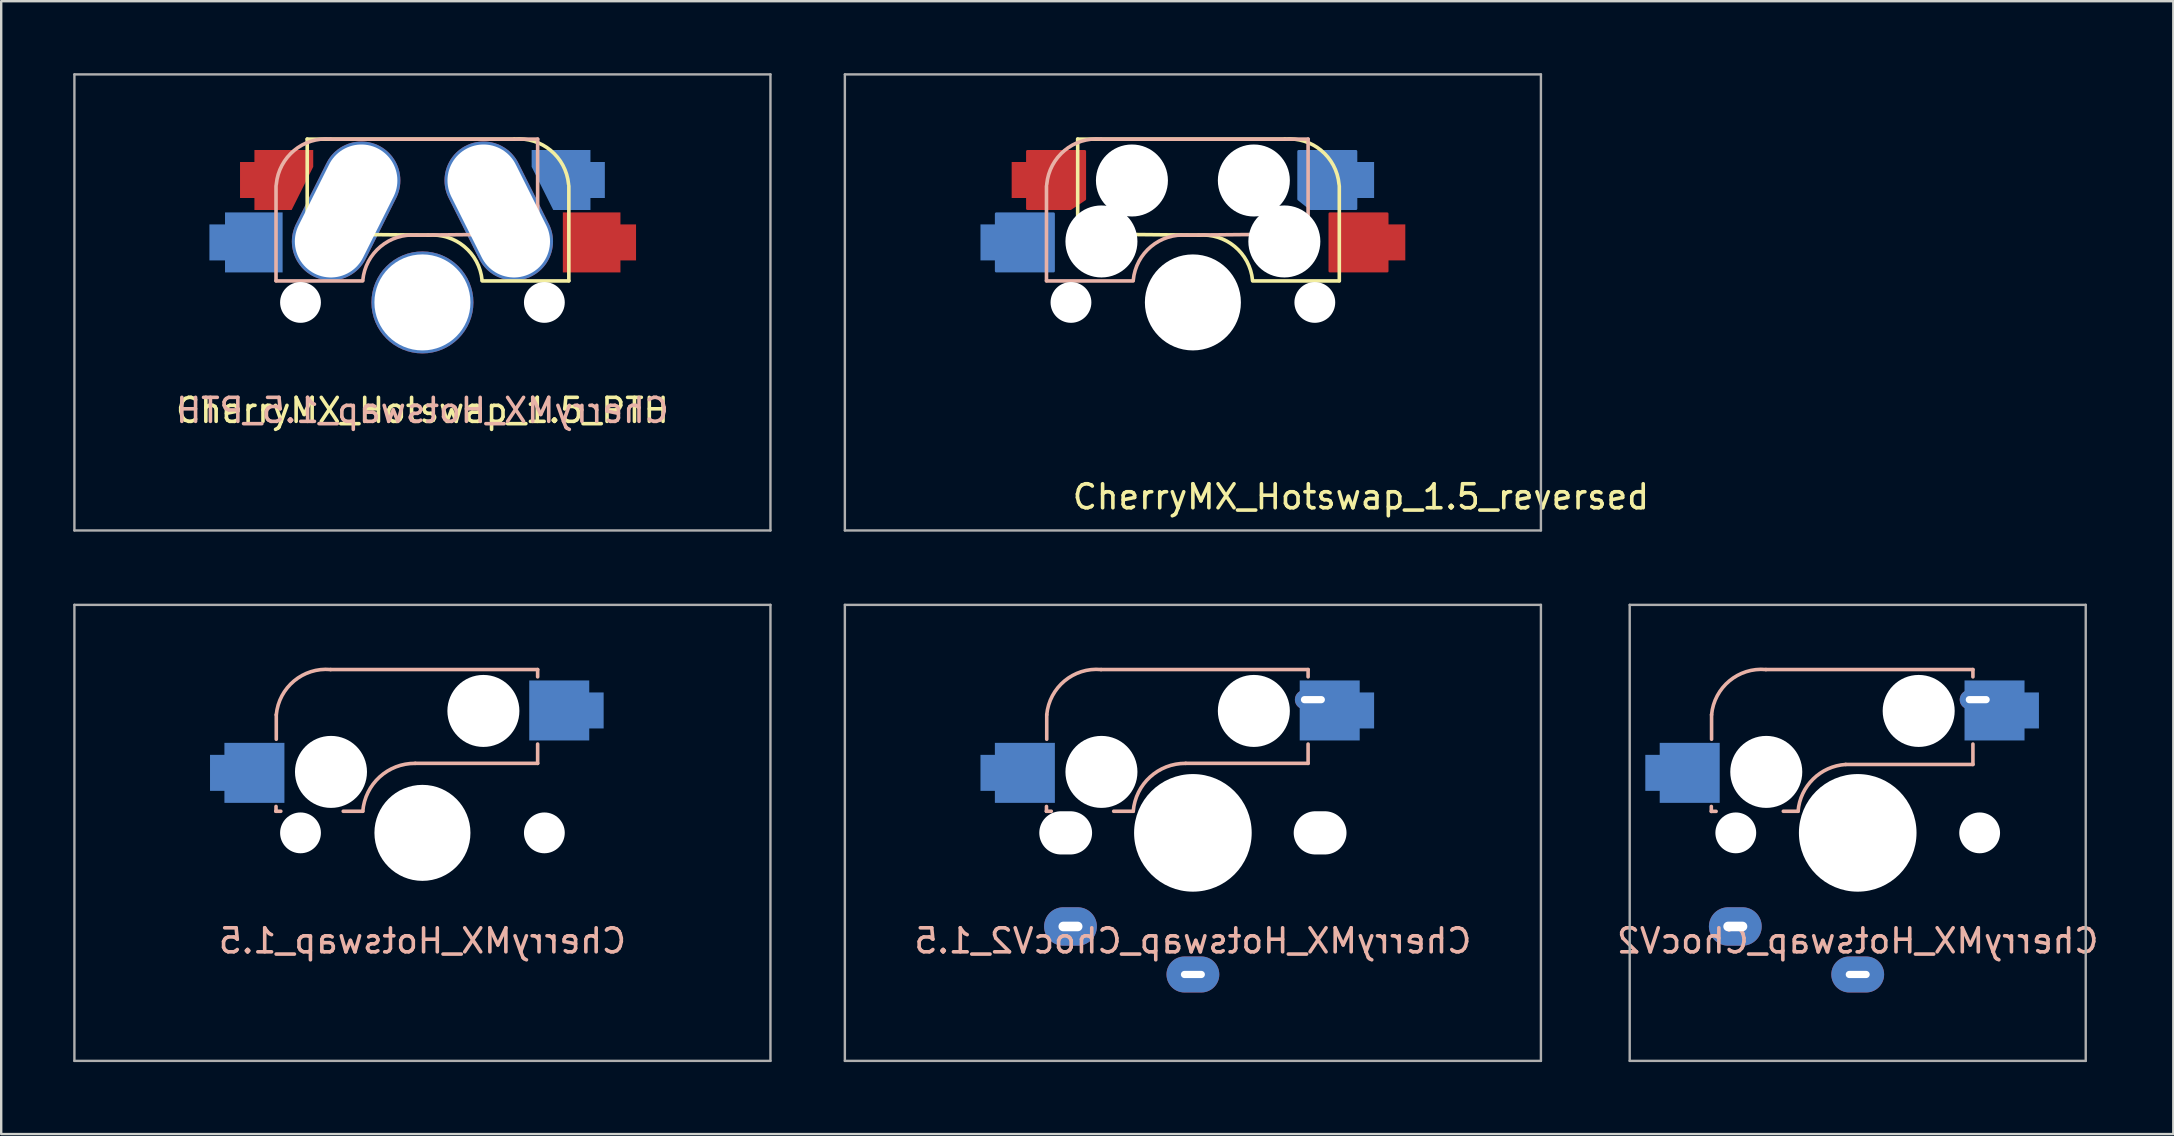
<source format=kicad_pcb>
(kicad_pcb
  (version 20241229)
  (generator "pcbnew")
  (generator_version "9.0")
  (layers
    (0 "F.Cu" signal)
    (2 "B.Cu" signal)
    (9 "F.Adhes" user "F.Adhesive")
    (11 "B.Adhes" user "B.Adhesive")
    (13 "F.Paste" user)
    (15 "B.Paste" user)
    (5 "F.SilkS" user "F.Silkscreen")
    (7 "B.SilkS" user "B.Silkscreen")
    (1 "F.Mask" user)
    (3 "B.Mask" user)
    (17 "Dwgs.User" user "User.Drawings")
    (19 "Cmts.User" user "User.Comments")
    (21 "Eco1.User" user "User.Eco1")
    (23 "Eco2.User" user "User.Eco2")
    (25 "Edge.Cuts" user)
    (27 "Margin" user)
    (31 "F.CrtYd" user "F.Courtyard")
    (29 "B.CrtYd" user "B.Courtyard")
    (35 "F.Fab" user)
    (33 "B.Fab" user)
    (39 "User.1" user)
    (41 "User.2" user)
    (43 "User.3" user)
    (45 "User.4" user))
  (footprint "CherryMX_Hotswap_ChocV2"
    (layer "F.Cu")
    (at 74.349 31.65)
    (property "Reference" "CherryMX_Hotswap_ChocV2" (at 0 4.5 0) (layer "B.SilkS") (effects (font (size 1 1) (thickness 0.15)) (justify mirror)))
    (attr through_hole)
    (fp_line (start -6.1 -0.896) (end -6.1 -1.1) (stroke (width 0.15) (type solid)) (layer "B.SilkS"))
    (fp_line (start -6.1 -0.896) (end -5.9 -0.896) (stroke (width 0.15) (type solid)) (layer "B.SilkS"))
    (fp_line (start -6.089 -4.92) (end -6.089 -3.9) (stroke (width 0.15) (type solid)) (layer "B.SilkS"))
    (fp_line (start -2.485 -0.9) (end -3.1 -0.9) (stroke (width 0.15) (type solid)) (layer "B.SilkS"))
    (fp_line (start 4.8 -6.804) (end -3.825 -6.804) (stroke (width 0.15) (type solid)) (layer "B.SilkS"))
    (fp_line (start 4.8 -6.804) (end 4.8 -6.5) (stroke (width 0.15) (type solid)) (layer "B.SilkS"))
    (fp_line (start 4.8 -2.85) (end -0.5 -2.85) (stroke (width 0.15) (type solid)) (layer "B.SilkS"))
    (fp_line (start 4.8 -2.85) (end 4.8 -3.7) (stroke (width 0.15) (type solid)) (layer "B.SilkS"))
    (fp_arc (start -6.089 -4.92) (mid -5.347189 -6.33089) (end -3.825 -6.804) (stroke (width 0.15) (type solid)) (layer "B.SilkS"))
    (fp_arc (start -2.484999 -0.9) (mid -1.855638 -2.244656) (end -0.5 -2.85) (stroke (width 0.15) (type solid)) (layer "B.SilkS"))
    (fp_line (start -7 -7) (end 7 -7) (stroke (width 0.15) (type solid)) (layer "Eco2.User"))
    (fp_line (start -7 7) (end -7 -7) (stroke (width 0.15) (type solid)) (layer "Eco2.User"))
    (fp_line (start 7 -7) (end 7 7) (stroke (width 0.15) (type solid)) (layer "Eco2.User"))
    (fp_line (start 7 7) (end -7 7) (stroke (width 0.15) (type solid)) (layer "Eco2.User"))
    (fp_line (start -9.5 -9.5) (end 9.5 -9.5) (stroke (width 0.1) (type solid)) (layer "F.Fab"))
    (fp_line (start -9.5 9.5) (end -9.5 -9.5) (stroke (width 0.1) (type solid)) (layer "F.Fab"))
    (fp_line (start 9.5 -9.5) (end 9.5 9.5) (stroke (width 0.1) (type solid)) (layer "F.Fab"))
    (fp_line (start 9.5 9.5) (end -9.5 9.5) (stroke (width 0.1) (type solid)) (layer "F.Fab"))
    (pad "" np_thru_hole circle (at -5.08 0) (size 1.7 1.7) (drill 1.7) (layers "*.Cu" "*.Mask"))
    (pad "" np_thru_hole circle (at -3.81 -2.54 180) (size 3 3) (drill 3) (layers "*.Cu" "*.Mask"))
    (pad "" np_thru_hole circle (at 0 0 90) (size 4.9 4.9) (drill 4.9) (layers "*.Cu" "*.Mask"))
    (pad "" np_thru_hole circle (at 2.54 -5.08 180) (size 3 3) (drill 3) (layers "*.Cu" "*.Mask"))
    (pad "" np_thru_hole circle (at 5.08 0) (size 1.7 1.7) (drill 1.7) (layers "*.Cu" "*.Mask"))
    (pad "1" smd custom (at -7 -2.5) (size 2.5 2.5) (layers "B.Cu" "B.Mask") (options (anchor rect)) (primitives (gr_poly (pts (xy -1.85 -0.75) (xy -1.25 -0.75) (xy -1.25 0.75) (xy -1.85 0.75)) (width 0) (fill yes))))
    (pad "1" thru_hole oval (at -5.1 3.9) (size 2.2 1.6) (drill oval 1 0.4) (layers "*.Cu" "B.Mask"))
    (pad "2" thru_hole oval (at 0 5.9) (size 2.2 1.5) (drill oval 1 0.3) (layers "*.Cu" "B.Mask"))
    (pad "2" thru_hole oval (at 5 -5.55) (size 1.5 0.8) (drill oval 1 0.3) (layers "*.Cu" "B.Mask"))
    (pad "2" smd custom (at 5.7 -5.1 180) (size 2.5 2.5) (layers "B.Cu" "B.Mask") (options (anchor rect)) (primitives (gr_poly (pts (xy -1.85 -0.75) (xy -1.25 -0.75) (xy -1.25 0.75) (xy -1.85 0.75)) (width 0) (fill yes)))))
  (footprint "CherryMX_Hotswap_1.5"
    (layer "F.Cu")
    (at 14.55 31.65)
    (property "Reference" "CherryMX_Hotswap_1.5" (at 0 4.5 0) (layer "B.SilkS") (effects (font (size 1 1) (thickness 0.15)) (justify mirror)))
    (attr through_hole)
    (fp_line (start -6.1 -0.9) (end -6.1 -1.1) (stroke (width 0.15) (type solid)) (layer "B.SilkS"))
    (fp_line (start -6.1 -0.9) (end -6.1 -0.9) (stroke (width 0.15) (type solid)) (layer "B.SilkS"))
    (fp_line (start -6.1 -0.9) (end -5.9 -0.9) (stroke (width 0.15) (type solid)) (layer "B.SilkS"))
    (fp_line (start -6.089 -4.92) (end -6.089 -3.9) (stroke (width 0.15) (type solid)) (layer "B.SilkS"))
    (fp_line (start -2.485 -0.9) (end -3.3 -0.9) (stroke (width 0.15) (type solid)) (layer "B.SilkS"))
    (fp_line (start 4.8 -6.804) (end -3.825 -6.804) (stroke (width 0.15) (type solid)) (layer "B.SilkS"))
    (fp_line (start 4.8 -6.804) (end 4.8 -6.5) (stroke (width 0.15) (type solid)) (layer "B.SilkS"))
    (fp_line (start 4.8 -2.896) (end -0.3 -2.896) (stroke (width 0.15) (type solid)) (layer "B.SilkS"))
    (fp_line (start 4.8 -2.896) (end 4.8 -3.7) (stroke (width 0.15) (type solid)) (layer "B.SilkS"))
    (fp_arc (start -6.089 -4.92) (mid -5.347189 -6.33089) (end -3.825 -6.804) (stroke (width 0.15) (type solid)) (layer "B.SilkS"))
    (fp_arc (start -2.484999 -0.9) (mid -1.784798 -2.327445) (end -0.3 -2.896) (stroke (width 0.15) (type solid)) (layer "B.SilkS"))
    (fp_line (start -7 -7) (end 7 -7) (stroke (width 0.15) (type solid)) (layer "Eco2.User"))
    (fp_line (start -7 7) (end -7 -7) (stroke (width 0.15) (type solid)) (layer "Eco2.User"))
    (fp_line (start 7 -7) (end 7 7) (stroke (width 0.15) (type solid)) (layer "Eco2.User"))
    (fp_line (start 7 7) (end -7 7) (stroke (width 0.15) (type solid)) (layer "Eco2.User"))
    (fp_line (start -14.5 -9.5) (end 14.5 -9.5) (stroke (width 0.1) (type solid)) (layer "F.Fab"))
    (fp_line (start -14.5 9.5) (end -14.5 -9.5) (stroke (width 0.1) (type solid)) (layer "F.Fab"))
    (fp_line (start 14.5 -9.5) (end 14.5 9.5) (stroke (width 0.1) (type solid)) (layer "F.Fab"))
    (fp_line (start 14.5 9.5) (end -14.5 9.5) (stroke (width 0.1) (type solid)) (layer "F.Fab"))
    (pad "" np_thru_hole circle (at -5.08 0) (size 1.7 1.7) (drill 1.7) (layers "*.Cu" "*.Mask"))
    (pad "" np_thru_hole circle (at -3.81 -2.54 180) (size 3 3) (drill 3) (layers "*.Cu" "*.Mask"))
    (pad "" np_thru_hole circle (at 0 0 90) (size 4 4) (drill 4) (layers "*.Cu" "*.Mask"))
    (pad "" np_thru_hole circle (at 2.54 -5.08 180) (size 3 3) (drill 3) (layers "*.Cu" "*.Mask"))
    (pad "" np_thru_hole circle (at 5.08 0) (size 1.7 1.7) (drill 1.7) (layers "*.Cu" "*.Mask"))
    (pad "1" smd custom (at -7 -2.5) (size 2.5 2.5) (layers "B.Cu" "B.Mask" "B.Paste") (options (anchor rect)) (primitives (gr_poly (pts (xy -1.85 -0.75) (xy -1.25 -0.75) (xy -1.25 0.75) (xy -1.85 0.75)) (width 0) (fill yes))))
    (pad "2" smd custom (at 5.7 -5.1 180) (size 2.5 2.5) (layers "B.Cu" "B.Mask" "B.Paste") (options (anchor rect)) (primitives (gr_poly (pts (xy -1.85 -0.75) (xy -1.25 -0.75) (xy -1.25 0.75) (xy -1.85 0.75)) (width 0) (fill yes)))))
  (footprint "CherryMX_Hotswap_1.5_reversed"
    (layer "F.Cu")
    (at 46.65 9.55)
    (property "Reference" "CherryMX_Hotswap_1.5_reversed" (at 7 8.1 0) (layer "F.SilkS") (effects (font (size 1 1) (thickness 0.15))))
    (attr through_hole)
    (fp_line (start -4.8 -6.804) (end 3.825 -6.804) (stroke (width 0.15) (type solid)) (layer "F.SilkS"))
    (fp_line (start -4.8 -2.896) (end -4.8 -6.804) (stroke (width 0.15) (type solid)) (layer "F.SilkS"))
    (fp_line (start -4.8 -2.85) (end 0.25 -2.804) (stroke (width 0.15) (type solid)) (layer "F.SilkS"))
    (fp_line (start 6.1 -4.85) (end 6.1 -0.905) (stroke (width 0.15) (type solid)) (layer "F.SilkS"))
    (fp_line (start 6.1 -0.896) (end 2.49 -0.896) (stroke (width 0.15) (type solid)) (layer "F.SilkS"))
    (fp_arc (start 0.225 -2.8) (mid 1.744361 -2.328062) (end 2.485001 -0.920001) (stroke (width 0.15) (type solid)) (layer "F.SilkS"))
    (fp_arc (start 3.825 -6.804) (mid 5.347189 -6.33089) (end 6.089 -4.92) (stroke (width 0.15) (type solid)) (layer "F.SilkS"))
    (fp_line (start -6.1 -4.85) (end -6.1 -0.905) (stroke (width 0.15) (type solid)) (layer "B.SilkS"))
    (fp_line (start -6.1 -0.896) (end -2.49 -0.896) (stroke (width 0.15) (type solid)) (layer "B.SilkS"))
    (fp_line (start 4.8 -6.804) (end -3.825 -6.804) (stroke (width 0.15) (type solid)) (layer "B.SilkS"))
    (fp_line (start 4.8 -2.896) (end 4.8 -6.804) (stroke (width 0.15) (type solid)) (layer "B.SilkS"))
    (fp_line (start 4.8 -2.85) (end -0.25 -2.804) (stroke (width 0.15) (type solid)) (layer "B.SilkS"))
    (fp_arc (start -6.089 -4.92) (mid -5.347189 -6.33089) (end -3.825 -6.804) (stroke (width 0.15) (type solid)) (layer "B.SilkS"))
    (fp_arc (start -2.484999 -0.920001) (mid -1.74436 -2.328062) (end -0.225 -2.8) (stroke (width 0.15) (type solid)) (layer "B.SilkS"))
    (fp_line (start -7 -7) (end 7 -7) (stroke (width 0.15) (type solid)) (layer "Eco2.User"))
    (fp_line (start -7 7) (end -7 -7) (stroke (width 0.15) (type solid)) (layer "Eco2.User"))
    (fp_line (start 7 -7) (end 7 7) (stroke (width 0.15) (type solid)) (layer "Eco2.User"))
    (fp_line (start 7 7) (end -7 7) (stroke (width 0.15) (type solid)) (layer "Eco2.User"))
    (fp_line (start -14.5 -9.5) (end 14.5 -9.5) (stroke (width 0.1) (type solid)) (layer "F.Fab"))
    (fp_line (start -14.5 9.5) (end -14.5 -9.5) (stroke (width 0.1) (type solid)) (layer "F.Fab"))
    (fp_line (start 14.5 -9.5) (end 14.5 9.5) (stroke (width 0.1) (type solid)) (layer "F.Fab"))
    (fp_line (start 14.5 9.5) (end -14.5 9.5) (stroke (width 0.1) (type solid)) (layer "F.Fab"))
    (pad "" np_thru_hole circle (at -5.08 0) (size 1.7 1.7) (drill 1.7) (layers "*.Cu" "*.Mask"))
    (pad "" np_thru_hole circle (at -3.81 -2.54 180) (size 3 3) (drill 3) (layers "*.Cu" "*.Mask"))
    (pad "" np_thru_hole circle (at -2.54 -5.08 180) (size 3 3) (drill 3) (layers "*.Cu" "*.Mask"))
    (pad "" np_thru_hole circle (at 0 0 90) (size 4 4) (drill 4) (layers "*.Cu" "*.Mask"))
    (pad "" np_thru_hole circle (at 2.54 -5.08 180) (size 3 3) (drill 3) (layers "*.Cu" "*.Mask"))
    (pad "" np_thru_hole circle (at 3.81 -2.54 180) (size 3 3) (drill 3) (layers "*.Cu" "*.Mask"))
    (pad "" np_thru_hole circle (at 5.08 0) (size 1.7 1.7) (drill 1.7) (layers "*.Cu" "*.Mask"))
    (pad "1" smd custom (at -8.5 -2.5) (size 0.7 1.5) (layers "B.Cu" "B.Mask" "B.Paste") (options (anchor rect)) (primitives (gr_poly (pts (xy 0.3 -1.2) (xy 2.7 -1.2) (xy 2.7 1.2) (xy 0.3 1.2)) (width 0.1) (fill yes))))
    (pad "1" smd custom (at -7.2 -5.1) (size 0.7 1.5) (layers "F.Cu" "F.Mask" "F.Paste") (options (anchor rect)) (primitives (gr_poly (pts (xy 0.3 -1.2) (xy 0.3 1.2) (xy 2.1 1.2) (xy 2.7 0.8) (xy 2.7 -1.2)) (width 0.1) (fill yes))))
    (pad "2" smd custom (at 7.2 -5.1) (size 0.7 1.5) (layers "B.Cu" "B.Mask" "B.Paste") (options (anchor rect)) (primitives (gr_poly (pts (xy -0.4 -1.2) (xy -2.8 -1.2) (xy -2.8 0.8) (xy -2.3 1.2) (xy -0.4 1.2)) (width 0.1) (fill yes))))
    (pad "2" smd custom (at 8.5 -2.5) (size 0.7 1.5) (layers "F.Cu" "F.Mask" "F.Paste") (options (anchor rect)) (primitives (gr_poly (pts (xy -2.8 -1.2) (xy -0.4 -1.2) (xy -0.4 1.2) (xy -2.8 1.2)) (width 0.1) (fill yes)))))
  (footprint "CherryMX_Hotswap_1.5_PTH"
    (layer "F.Cu")
    (at 14.55 9.55)
    (property "Reference" "CherryMX_Hotswap_1.5_PTH" (at 0 4.5 0) (layer "F.SilkS") (effects (font (size 1 1) (thickness 0.15))))
    (attr through_hole)
    (fp_line (start -4.8 -6.804) (end 3.825 -6.804) (stroke (width 0.15) (type solid)) (layer "F.SilkS"))
    (fp_line (start -4.8 -2.896) (end -4.8 -6.804) (stroke (width 0.15) (type solid)) (layer "F.SilkS"))
    (fp_line (start -4.8 -2.85) (end 0.25 -2.804) (stroke (width 0.15) (type solid)) (layer "F.SilkS"))
    (fp_line (start 6.1 -4.85) (end 6.1 -0.905) (stroke (width 0.15) (type solid)) (layer "F.SilkS"))
    (fp_line (start 6.1 -0.896) (end 2.49 -0.896) (stroke (width 0.15) (type solid)) (layer "F.SilkS"))
    (fp_arc (start 0.225 -2.8) (mid 1.74436 -2.328061) (end 2.485001 -0.920001) (stroke (width 0.15) (type solid)) (layer "F.SilkS"))
    (fp_arc (start 3.825 -6.804) (mid 5.347189 -6.33089) (end 6.089 -4.92) (stroke (width 0.15) (type solid)) (layer "F.SilkS"))
    (fp_line (start -6.1 -4.85) (end -6.1 -0.905) (stroke (width 0.15) (type solid)) (layer "B.SilkS"))
    (fp_line (start -6.1 -0.896) (end -2.49 -0.896) (stroke (width 0.15) (type solid)) (layer "B.SilkS"))
    (fp_line (start 4.8 -6.804) (end -3.825 -6.804) (stroke (width 0.15) (type solid)) (layer "B.SilkS"))
    (fp_line (start 4.8 -2.896) (end 4.8 -6.804) (stroke (width 0.15) (type solid)) (layer "B.SilkS"))
    (fp_line (start 4.8 -2.85) (end -0.25 -2.804) (stroke (width 0.15) (type solid)) (layer "B.SilkS"))
    (fp_arc (start -6.089 -4.92) (mid -5.347189 -6.33089) (end -3.825 -6.804) (stroke (width 0.15) (type solid)) (layer "B.SilkS"))
    (fp_arc (start -2.484999 -0.920001) (mid -1.74436 -2.328062) (end -0.225 -2.8) (stroke (width 0.15) (type solid)) (layer "B.SilkS"))
    (fp_line (start -7 -7) (end 7 -7) (stroke (width 0.15) (type solid)) (layer "Eco2.User"))
    (fp_line (start -7 7) (end -7 -7) (stroke (width 0.15) (type solid)) (layer "Eco2.User"))
    (fp_line (start 7 -7) (end 7 7) (stroke (width 0.15) (type solid)) (layer "Eco2.User"))
    (fp_line (start 7 7) (end -7 7) (stroke (width 0.15) (type solid)) (layer "Eco2.User"))
    (fp_line (start -14.5 -9.5) (end 14.5 -9.5) (stroke (width 0.1) (type solid)) (layer "F.Fab"))
    (fp_line (start -14.5 9.5) (end -14.5 -9.5) (stroke (width 0.1) (type solid)) (layer "F.Fab"))
    (fp_line (start 14.5 -9.5) (end 14.5 9.5) (stroke (width 0.1) (type solid)) (layer "F.Fab"))
    (fp_line (start 14.5 9.5) (end -14.5 9.5) (stroke (width 0.1) (type solid)) (layer "F.Fab"))
    (fp_text user "${REFERENCE}" (at 0 4.5 0) (unlocked yes) (layer "B.SilkS") (effects (font (size 1 1) (thickness 0.15)) (justify mirror)))
    (pad "" np_thru_hole circle (at -5.08 0) (size 1.7 1.7) (drill 1.7) (layers "*.Cu" "*.Mask"))
    (pad "" thru_hole oval (at -3.18 -3.81 333.4) (size 3.25 6.09) (drill oval 3 5.84) (layers "*.Cu" "*.Mask"))
    (pad "" thru_hole circle (at 0 0 90) (size 4.25 4.25) (drill 4) (layers "*.Cu" "*.Mask"))
    (pad "" thru_hole oval (at 3.18 -3.81 26.6) (size 3.25 6.09) (drill oval 3 5.84) (layers "*.Cu" "*.Mask"))
    (pad "" np_thru_hole circle (at 5.08 0) (size 1.7 1.7) (drill 1.7) (layers "*.Cu" "*.Mask"))
    (pad "1" smd custom (at -7.025 -2.5) (size 2.4 2.5) (layers "B.Cu" "B.Mask" "B.Paste") (options (anchor rect)) (primitives (gr_poly (pts (xy -1.85 -0.75) (xy -1.2 -0.75) (xy -1.2 0.75) (xy -1.85 0.75)) (width 0) (fill yes))))
    (pad "1" smd custom (at -5.75 -5.1) (size 1 1) (layers "F.Cu" "F.Mask" "F.Paste") (options (anchor rect)) (primitives (gr_poly (pts (xy -1.25 -1.25) (xy 1.2 -1.25) (xy 1.2 -0.55) (xy 0.3 1.25) (xy -1.25 1.25)) (width 0) (fill yes)) (gr_poly (pts (xy -1.85 -0.75) (xy -1.25 -0.75) (xy -1.25 0.75) (xy -1.85 0.75)) (width 0) (fill yes))))
    (pad "2" smd custom (at 5.75 -5.1) (size 1 1) (layers "B.Cu" "B.Mask" "B.Paste") (options (anchor rect)) (primitives (gr_poly (pts (xy 1.25 -1.25) (xy -1.2 -1.25) (xy -1.2 -0.55) (xy -0.3 1.25) (xy 1.25 1.25)) (width 0) (fill yes)) (gr_poly (pts (xy 1.85 -0.75) (xy 1.25 -0.75) (xy 1.25 0.75) (xy 1.85 0.75)) (width 0) (fill yes))))
    (pad "2" smd custom (at 7.05 -2.5) (size 2.4 2.5) (layers "F.Cu" "F.Mask" "F.Paste") (options (anchor rect)) (primitives (gr_poly (pts (xy 1.85 -0.75) (xy 1.2 -0.75) (xy 1.2 0.75) (xy 1.85 0.75)) (width 0) (fill yes)))))
  (footprint "CherryMX_Hotswap_ChocV2_1.5"
    (layer "F.Cu")
    (at 46.65 31.65)
    (property "Reference" "CherryMX_Hotswap_ChocV2_1.5" (at 0 4.5 0) (layer "B.SilkS") (effects (font (size 1 1) (thickness 0.15)) (justify mirror)))
    (attr through_hole)
    (fp_line (start -6.1 -0.9) (end -6.1 -1.1) (stroke (width 0.15) (type solid)) (layer "B.SilkS"))
    (fp_line (start -6.1 -0.9) (end -6.1 -0.9) (stroke (width 0.15) (type solid)) (layer "B.SilkS"))
    (fp_line (start -6.1 -0.9) (end -5.9 -0.9) (stroke (width 0.15) (type solid)) (layer "B.SilkS"))
    (fp_line (start -6.089 -4.92) (end -6.089 -3.9) (stroke (width 0.15) (type solid)) (layer "B.SilkS"))
    (fp_line (start -2.485 -0.9) (end -3.3 -0.9) (stroke (width 0.15) (type solid)) (layer "B.SilkS"))
    (fp_line (start 4.8 -6.804) (end -3.825 -6.804) (stroke (width 0.15) (type solid)) (layer "B.SilkS"))
    (fp_line (start 4.8 -6.804) (end 4.8 -6.5) (stroke (width 0.15) (type solid)) (layer "B.SilkS"))
    (fp_line (start 4.8 -2.896) (end -0.3 -2.896) (stroke (width 0.15) (type solid)) (layer "B.SilkS"))
    (fp_line (start 4.8 -2.896) (end 4.8 -3.7) (stroke (width 0.15) (type solid)) (layer "B.SilkS"))
    (fp_arc (start -6.089 -4.92) (mid -5.347189 -6.33089) (end -3.825 -6.804) (stroke (width 0.15) (type solid)) (layer "B.SilkS"))
    (fp_arc (start -2.484999 -0.9) (mid -1.784798 -2.327445) (end -0.3 -2.896) (stroke (width 0.15) (type solid)) (layer "B.SilkS"))
    (fp_line (start -7 -7) (end 7 -7) (stroke (width 0.15) (type solid)) (layer "Eco2.User"))
    (fp_line (start -7 7) (end -7 -7) (stroke (width 0.15) (type solid)) (layer "Eco2.User"))
    (fp_line (start 7 -7) (end 7 7) (stroke (width 0.15) (type solid)) (layer "Eco2.User"))
    (fp_line (start 7 7) (end -7 7) (stroke (width 0.15) (type solid)) (layer "Eco2.User"))
    (fp_line (start -14.5 -9.5) (end 14.5 -9.5) (stroke (width 0.1) (type solid)) (layer "F.Fab"))
    (fp_line (start -14.5 9.5) (end -14.5 -9.5) (stroke (width 0.1) (type solid)) (layer "F.Fab"))
    (fp_line (start 14.5 -9.5) (end 14.5 9.5) (stroke (width 0.1) (type solid)) (layer "F.Fab"))
    (fp_line (start 14.5 9.5) (end -14.5 9.5) (stroke (width 0.1) (type solid)) (layer "F.Fab"))
    (pad "" np_thru_hole oval (at -5.3 0 90) (size 1.8 2.2) (drill oval 1.8 2.2) (layers "*.Cu" "*.Mask"))
    (pad "" np_thru_hole circle (at -3.81 -2.54 180) (size 3 3) (drill 3) (layers "*.Cu" "*.Mask"))
    (pad "" np_thru_hole circle (at 0 0 90) (size 4.9 4.9) (drill 4.9) (layers "*.Cu" "*.Mask"))
    (pad "" np_thru_hole circle (at 2.54 -5.08 180) (size 3 3) (drill 3) (layers "*.Cu" "*.Mask"))
    (pad "" np_thru_hole oval (at 5.3 0 90) (size 1.8 2.2) (drill oval 1.8 2.2) (layers "*.Cu" "*.Mask"))
    (pad "1" smd custom (at -7 -2.5) (size 2.5 2.5) (layers "B.Cu" "B.Mask") (options (anchor rect)) (primitives (gr_poly (pts (xy -1.85 -0.75) (xy -1.25 -0.75) (xy -1.25 0.75) (xy -1.85 0.75)) (width 0) (fill yes))))
    (pad "1" thru_hole oval (at -5.1 3.9) (size 2.2 1.6) (drill oval 1 0.4) (layers "*.Cu" "B.Mask"))
    (pad "2" thru_hole oval (at 0 5.9) (size 2.2 1.5) (drill oval 1 0.3) (layers "*.Cu" "B.Mask"))
    (pad "2" thru_hole oval (at 5 -5.55) (size 1.5 0.8) (drill oval 1 0.3) (layers "*.Cu" "B.Mask"))
    (pad "2" smd custom (at 5.7 -5.1 180) (size 2.5 2.5) (layers "B.Cu" "B.Mask") (options (anchor rect)) (primitives (gr_poly (pts (xy -1.85 -0.75) (xy -1.25 -0.75) (xy -1.25 0.75) (xy -1.85 0.75)) (width 0) (fill yes)))))
  (gr_rect
    (start -3 -3)
    (end 87.498 44.2)
    (stroke (width 0.1) (type default))
    (fill no)
    (layer "Edge.Cuts")))
</source>
